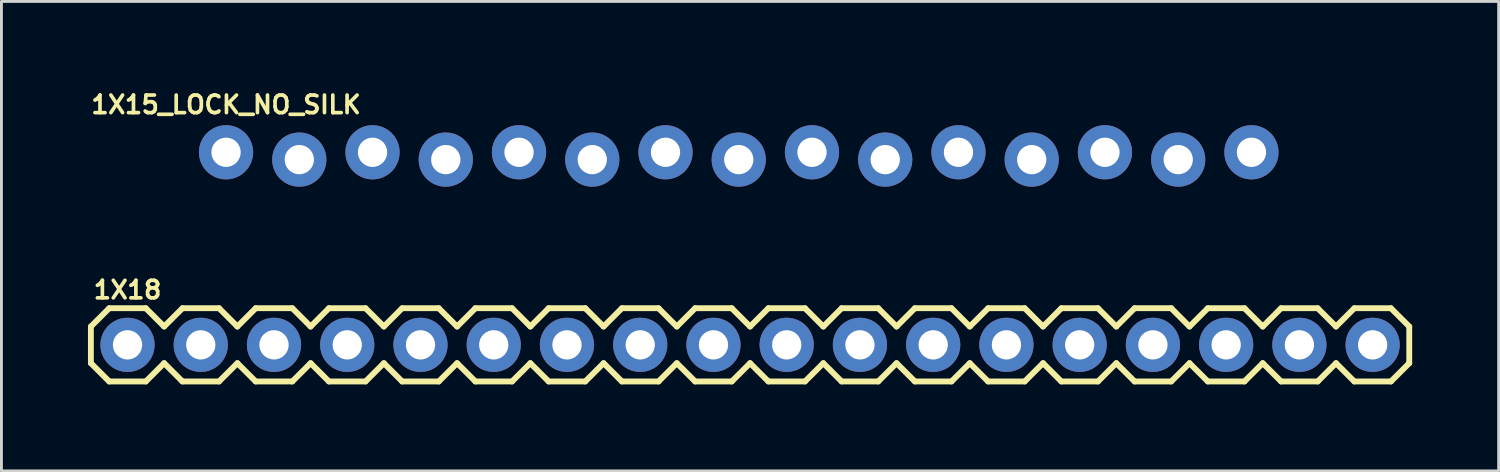
<source format=kicad_pcb>
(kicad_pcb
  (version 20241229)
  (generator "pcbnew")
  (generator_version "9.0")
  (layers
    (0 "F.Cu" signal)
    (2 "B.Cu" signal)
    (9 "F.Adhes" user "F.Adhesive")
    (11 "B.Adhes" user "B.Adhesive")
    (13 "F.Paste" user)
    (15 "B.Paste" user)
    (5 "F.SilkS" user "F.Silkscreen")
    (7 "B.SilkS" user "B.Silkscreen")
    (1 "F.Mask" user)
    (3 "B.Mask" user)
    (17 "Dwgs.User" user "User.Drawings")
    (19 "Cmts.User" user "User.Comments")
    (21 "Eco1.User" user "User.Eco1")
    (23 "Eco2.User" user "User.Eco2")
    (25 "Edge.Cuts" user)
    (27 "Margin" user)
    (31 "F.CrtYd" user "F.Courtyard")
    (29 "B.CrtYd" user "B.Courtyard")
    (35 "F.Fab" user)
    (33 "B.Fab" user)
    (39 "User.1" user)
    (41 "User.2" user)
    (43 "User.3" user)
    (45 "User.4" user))
  (footprint "1X15_LOCK_NO_SILK"
    (layer "F.Cu")
    (at 4.789 2.358)
    (property "Reference" "1X15_LOCK_NO_SILK" (at 0 -1.778 0) (layer "F.SilkS") (effects (font (size 0.61 0.61) (thickness 0.127))))
    (attr exclude_from_pos_files exclude_from_bom)
    (pad "1" thru_hole circle (at 0 -0.127) (size 1.88 1.88) (drill 1.016) (layers "*.Cu" "*.Mask"))
    (pad "2" thru_hole circle (at 2.54 0.127) (size 1.88 1.88) (drill 1.016) (layers "*.Cu" "*.Mask"))
    (pad "3" thru_hole circle (at 5.08 -0.127) (size 1.88 1.88) (drill 1.016) (layers "*.Cu" "*.Mask"))
    (pad "4" thru_hole circle (at 7.62 0.127) (size 1.88 1.88) (drill 1.016) (layers "*.Cu" "*.Mask"))
    (pad "5" thru_hole circle (at 10.16 -0.127) (size 1.88 1.88) (drill 1.016) (layers "*.Cu" "*.Mask"))
    (pad "6" thru_hole circle (at 12.7 0.127) (size 1.88 1.88) (drill 1.016) (layers "*.Cu" "*.Mask"))
    (pad "7" thru_hole circle (at 15.24 -0.127) (size 1.88 1.88) (drill 1.016) (layers "*.Cu" "*.Mask"))
    (pad "8" thru_hole circle (at 17.78 0.127) (size 1.88 1.88) (drill 1.016) (layers "*.Cu" "*.Mask"))
    (pad "9" thru_hole circle (at 20.32 -0.127) (size 1.88 1.88) (drill 1.016) (layers "*.Cu" "*.Mask"))
    (pad "10" thru_hole circle (at 22.86 0.127) (size 1.88 1.88) (drill 1.016) (layers "*.Cu" "*.Mask"))
    (pad "11" thru_hole circle (at 25.4 -0.127) (size 1.88 1.88) (drill 1.016) (layers "*.Cu" "*.Mask"))
    (pad "12" thru_hole circle (at 27.94 0.127) (size 1.88 1.88) (drill 1.016) (layers "*.Cu" "*.Mask"))
    (pad "13" thru_hole circle (at 30.48 -0.127) (size 1.88 1.88) (drill 1.016) (layers "*.Cu" "*.Mask"))
    (pad "14" thru_hole circle (at 33.02 0.127) (size 1.88 1.88) (drill 1.016) (layers "*.Cu" "*.Mask"))
    (pad "15" thru_hole circle (at 35.56 -0.127) (size 1.88 1.88) (drill 1.016) (layers "*.Cu" "*.Mask")))
  (footprint "1X18"
    (layer "F.Cu")
    (at 1.372 8.909)
    (property "Reference" "1X18" (at 0 -1.905 0) (layer "F.SilkS") (effects (font (size 0.61 0.61) (thickness 0.127))))
    (attr exclude_from_pos_files exclude_from_bom)
    (fp_line (start -1.27 -0.635) (end -1.27 0.635) (stroke (width 0.203) (type solid)) (layer "F.SilkS"))
    (fp_line (start -1.27 0.635) (end -0.635 1.27) (stroke (width 0.203) (type solid)) (layer "F.SilkS"))
    (fp_line (start -0.635 -1.27) (end -1.27 -0.635) (stroke (width 0.203) (type solid)) (layer "F.SilkS"))
    (fp_line (start -0.635 -1.27) (end 0.635 -1.27) (stroke (width 0.203) (type solid)) (layer "F.SilkS"))
    (fp_line (start 0.635 -1.27) (end 1.27 -0.635) (stroke (width 0.203) (type solid)) (layer "F.SilkS"))
    (fp_line (start 0.635 1.27) (end -0.635 1.27) (stroke (width 0.203) (type solid)) (layer "F.SilkS"))
    (fp_line (start 1.27 -0.635) (end 1.905 -1.27) (stroke (width 0.203) (type solid)) (layer "F.SilkS"))
    (fp_line (start 1.27 0.635) (end 0.635 1.27) (stroke (width 0.203) (type solid)) (layer "F.SilkS"))
    (fp_line (start 1.905 -1.27) (end 3.175 -1.27) (stroke (width 0.203) (type solid)) (layer "F.SilkS"))
    (fp_line (start 1.905 1.27) (end 1.27 0.635) (stroke (width 0.203) (type solid)) (layer "F.SilkS"))
    (fp_line (start 3.175 -1.27) (end 3.81 -0.635) (stroke (width 0.203) (type solid)) (layer "F.SilkS"))
    (fp_line (start 3.175 1.27) (end 1.905 1.27) (stroke (width 0.203) (type solid)) (layer "F.SilkS"))
    (fp_line (start 3.81 -0.635) (end 4.445 -1.27) (stroke (width 0.203) (type solid)) (layer "F.SilkS"))
    (fp_line (start 3.81 0.635) (end 3.175 1.27) (stroke (width 0.203) (type solid)) (layer "F.SilkS"))
    (fp_line (start 4.445 -1.27) (end 5.715 -1.27) (stroke (width 0.203) (type solid)) (layer "F.SilkS"))
    (fp_line (start 4.445 1.27) (end 3.81 0.635) (stroke (width 0.203) (type solid)) (layer "F.SilkS"))
    (fp_line (start 5.715 -1.27) (end 6.35 -0.635) (stroke (width 0.203) (type solid)) (layer "F.SilkS"))
    (fp_line (start 5.715 1.27) (end 4.445 1.27) (stroke (width 0.203) (type solid)) (layer "F.SilkS"))
    (fp_line (start 6.35 0.635) (end 5.715 1.27) (stroke (width 0.203) (type solid)) (layer "F.SilkS"))
    (fp_line (start 6.35 0.635) (end 6.985 1.27) (stroke (width 0.203) (type solid)) (layer "F.SilkS"))
    (fp_line (start 6.985 -1.27) (end 6.35 -0.635) (stroke (width 0.203) (type solid)) (layer "F.SilkS"))
    (fp_line (start 6.985 -1.27) (end 8.255 -1.27) (stroke (width 0.203) (type solid)) (layer "F.SilkS"))
    (fp_line (start 8.255 -1.27) (end 8.89 -0.635) (stroke (width 0.203) (type solid)) (layer "F.SilkS"))
    (fp_line (start 8.255 1.27) (end 6.985 1.27) (stroke (width 0.203) (type solid)) (layer "F.SilkS"))
    (fp_line (start 8.89 -0.635) (end 9.525 -1.27) (stroke (width 0.203) (type solid)) (layer "F.SilkS"))
    (fp_line (start 8.89 0.635) (end 8.255 1.27) (stroke (width 0.203) (type solid)) (layer "F.SilkS"))
    (fp_line (start 9.525 -1.27) (end 10.795 -1.27) (stroke (width 0.203) (type solid)) (layer "F.SilkS"))
    (fp_line (start 9.525 1.27) (end 8.89 0.635) (stroke (width 0.203) (type solid)) (layer "F.SilkS"))
    (fp_line (start 10.795 -1.27) (end 11.43 -0.635) (stroke (width 0.203) (type solid)) (layer "F.SilkS"))
    (fp_line (start 10.795 1.27) (end 9.525 1.27) (stroke (width 0.203) (type solid)) (layer "F.SilkS"))
    (fp_line (start 11.43 -0.635) (end 12.065 -1.27) (stroke (width 0.203) (type solid)) (layer "F.SilkS"))
    (fp_line (start 11.43 0.635) (end 10.795 1.27) (stroke (width 0.203) (type solid)) (layer "F.SilkS"))
    (fp_line (start 12.065 -1.27) (end 13.335 -1.27) (stroke (width 0.203) (type solid)) (layer "F.SilkS"))
    (fp_line (start 12.065 1.27) (end 11.43 0.635) (stroke (width 0.203) (type solid)) (layer "F.SilkS"))
    (fp_line (start 13.335 -1.27) (end 13.97 -0.635) (stroke (width 0.203) (type solid)) (layer "F.SilkS"))
    (fp_line (start 13.335 1.27) (end 12.065 1.27) (stroke (width 0.203) (type solid)) (layer "F.SilkS"))
    (fp_line (start 13.97 0.635) (end 13.335 1.27) (stroke (width 0.203) (type solid)) (layer "F.SilkS"))
    (fp_line (start 13.97 0.635) (end 14.605 1.27) (stroke (width 0.203) (type solid)) (layer "F.SilkS"))
    (fp_line (start 14.605 -1.27) (end 13.97 -0.635) (stroke (width 0.203) (type solid)) (layer "F.SilkS"))
    (fp_line (start 14.605 -1.27) (end 15.875 -1.27) (stroke (width 0.203) (type solid)) (layer "F.SilkS"))
    (fp_line (start 15.875 -1.27) (end 16.51 -0.635) (stroke (width 0.203) (type solid)) (layer "F.SilkS"))
    (fp_line (start 15.875 1.27) (end 14.605 1.27) (stroke (width 0.203) (type solid)) (layer "F.SilkS"))
    (fp_line (start 16.51 0.635) (end 15.875 1.27) (stroke (width 0.203) (type solid)) (layer "F.SilkS"))
    (fp_line (start 16.51 0.635) (end 17.145 1.27) (stroke (width 0.203) (type solid)) (layer "F.SilkS"))
    (fp_line (start 17.145 -1.27) (end 16.51 -0.635) (stroke (width 0.203) (type solid)) (layer "F.SilkS"))
    (fp_line (start 17.145 -1.27) (end 18.415 -1.27) (stroke (width 0.203) (type solid)) (layer "F.SilkS"))
    (fp_line (start 18.415 -1.27) (end 19.05 -0.635) (stroke (width 0.203) (type solid)) (layer "F.SilkS"))
    (fp_line (start 18.415 1.27) (end 17.145 1.27) (stroke (width 0.203) (type solid)) (layer "F.SilkS"))
    (fp_line (start 19.05 -0.635) (end 19.685 -1.27) (stroke (width 0.203) (type solid)) (layer "F.SilkS"))
    (fp_line (start 19.05 0.635) (end 18.415 1.27) (stroke (width 0.203) (type solid)) (layer "F.SilkS"))
    (fp_line (start 19.685 -1.27) (end 20.955 -1.27) (stroke (width 0.203) (type solid)) (layer "F.SilkS"))
    (fp_line (start 19.685 1.27) (end 19.05 0.635) (stroke (width 0.203) (type solid)) (layer "F.SilkS"))
    (fp_line (start 20.955 -1.27) (end 21.59 -0.635) (stroke (width 0.203) (type solid)) (layer "F.SilkS"))
    (fp_line (start 20.955 1.27) (end 19.685 1.27) (stroke (width 0.203) (type solid)) (layer "F.SilkS"))
    (fp_line (start 21.59 -0.635) (end 22.225 -1.27) (stroke (width 0.203) (type solid)) (layer "F.SilkS"))
    (fp_line (start 21.59 0.635) (end 20.955 1.27) (stroke (width 0.203) (type solid)) (layer "F.SilkS"))
    (fp_line (start 22.225 -1.27) (end 23.495 -1.27) (stroke (width 0.203) (type solid)) (layer "F.SilkS"))
    (fp_line (start 22.225 1.27) (end 21.59 0.635) (stroke (width 0.203) (type solid)) (layer "F.SilkS"))
    (fp_line (start 23.495 -1.27) (end 24.13 -0.635) (stroke (width 0.203) (type solid)) (layer "F.SilkS"))
    (fp_line (start 23.495 1.27) (end 22.225 1.27) (stroke (width 0.203) (type solid)) (layer "F.SilkS"))
    (fp_line (start 24.13 0.635) (end 23.495 1.27) (stroke (width 0.203) (type solid)) (layer "F.SilkS"))
    (fp_line (start 24.13 0.635) (end 24.765 1.27) (stroke (width 0.203) (type solid)) (layer "F.SilkS"))
    (fp_line (start 24.765 -1.27) (end 24.13 -0.635) (stroke (width 0.203) (type solid)) (layer "F.SilkS"))
    (fp_line (start 24.765 -1.27) (end 26.035 -1.27) (stroke (width 0.203) (type solid)) (layer "F.SilkS"))
    (fp_line (start 26.035 -1.27) (end 26.67 -0.635) (stroke (width 0.203) (type solid)) (layer "F.SilkS"))
    (fp_line (start 26.035 1.27) (end 24.765 1.27) (stroke (width 0.203) (type solid)) (layer "F.SilkS"))
    (fp_line (start 26.67 -0.635) (end 27.305 -1.27) (stroke (width 0.203) (type solid)) (layer "F.SilkS"))
    (fp_line (start 26.67 0.635) (end 26.035 1.27) (stroke (width 0.203) (type solid)) (layer "F.SilkS"))
    (fp_line (start 27.305 -1.27) (end 28.575 -1.27) (stroke (width 0.203) (type solid)) (layer "F.SilkS"))
    (fp_line (start 27.305 1.27) (end 26.67 0.635) (stroke (width 0.203) (type solid)) (layer "F.SilkS"))
    (fp_line (start 28.575 -1.27) (end 29.21 -0.635) (stroke (width 0.203) (type solid)) (layer "F.SilkS"))
    (fp_line (start 28.575 1.27) (end 27.305 1.27) (stroke (width 0.203) (type solid)) (layer "F.SilkS"))
    (fp_line (start 29.21 -0.635) (end 29.845 -1.27) (stroke (width 0.203) (type solid)) (layer "F.SilkS"))
    (fp_line (start 29.21 0.635) (end 28.575 1.27) (stroke (width 0.203) (type solid)) (layer "F.SilkS"))
    (fp_line (start 29.845 -1.27) (end 31.115 -1.27) (stroke (width 0.203) (type solid)) (layer "F.SilkS"))
    (fp_line (start 29.845 1.27) (end 29.21 0.635) (stroke (width 0.203) (type solid)) (layer "F.SilkS"))
    (fp_line (start 31.115 -1.27) (end 31.75 -0.635) (stroke (width 0.203) (type solid)) (layer "F.SilkS"))
    (fp_line (start 31.115 1.27) (end 29.845 1.27) (stroke (width 0.203) (type solid)) (layer "F.SilkS"))
    (fp_line (start 31.75 0.635) (end 31.115 1.27) (stroke (width 0.203) (type solid)) (layer "F.SilkS"))
    (fp_line (start 31.75 0.635) (end 32.385 1.27) (stroke (width 0.203) (type solid)) (layer "F.SilkS"))
    (fp_line (start 32.385 -1.27) (end 31.75 -0.635) (stroke (width 0.203) (type solid)) (layer "F.SilkS"))
    (fp_line (start 32.385 -1.27) (end 33.655 -1.27) (stroke (width 0.203) (type solid)) (layer "F.SilkS"))
    (fp_line (start 33.655 -1.27) (end 34.29 -0.635) (stroke (width 0.203) (type solid)) (layer "F.SilkS"))
    (fp_line (start 33.655 1.27) (end 32.385 1.27) (stroke (width 0.203) (type solid)) (layer "F.SilkS"))
    (fp_line (start 34.29 0.635) (end 33.655 1.27) (stroke (width 0.203) (type solid)) (layer "F.SilkS"))
    (fp_line (start 34.29 0.635) (end 34.925 1.27) (stroke (width 0.203) (type solid)) (layer "F.SilkS"))
    (fp_line (start 34.925 -1.27) (end 34.29 -0.635) (stroke (width 0.203) (type solid)) (layer "F.SilkS"))
    (fp_line (start 34.925 -1.27) (end 36.195 -1.27) (stroke (width 0.203) (type solid)) (layer "F.SilkS"))
    (fp_line (start 36.195 -1.27) (end 36.83 -0.635) (stroke (width 0.203) (type solid)) (layer "F.SilkS"))
    (fp_line (start 36.195 1.27) (end 34.925 1.27) (stroke (width 0.203) (type solid)) (layer "F.SilkS"))
    (fp_line (start 36.83 0.635) (end 36.195 1.27) (stroke (width 0.203) (type solid)) (layer "F.SilkS"))
    (fp_line (start 36.83 0.635) (end 37.465 1.27) (stroke (width 0.203) (type solid)) (layer "F.SilkS"))
    (fp_line (start 37.465 -1.27) (end 36.83 -0.635) (stroke (width 0.203) (type solid)) (layer "F.SilkS"))
    (fp_line (start 37.465 -1.27) (end 38.735 -1.27) (stroke (width 0.203) (type solid)) (layer "F.SilkS"))
    (fp_line (start 38.735 -1.27) (end 39.37 -0.635) (stroke (width 0.203) (type solid)) (layer "F.SilkS"))
    (fp_line (start 38.735 1.27) (end 37.465 1.27) (stroke (width 0.203) (type solid)) (layer "F.SilkS"))
    (fp_line (start 39.37 0.635) (end 38.735 1.27) (stroke (width 0.203) (type solid)) (layer "F.SilkS"))
    (fp_line (start 39.37 0.635) (end 40.005 1.27) (stroke (width 0.203) (type solid)) (layer "F.SilkS"))
    (fp_line (start 40.005 -1.27) (end 39.37 -0.635) (stroke (width 0.203) (type solid)) (layer "F.SilkS"))
    (fp_line (start 40.005 -1.27) (end 41.275 -1.27) (stroke (width 0.203) (type solid)) (layer "F.SilkS"))
    (fp_line (start 41.275 -1.27) (end 41.91 -0.635) (stroke (width 0.203) (type solid)) (layer "F.SilkS"))
    (fp_line (start 41.275 1.27) (end 40.005 1.27) (stroke (width 0.203) (type solid)) (layer "F.SilkS"))
    (fp_line (start 41.91 0.635) (end 41.275 1.27) (stroke (width 0.203) (type solid)) (layer "F.SilkS"))
    (fp_line (start 41.91 0.635) (end 42.545 1.27) (stroke (width 0.203) (type solid)) (layer "F.SilkS"))
    (fp_line (start 42.545 -1.27) (end 41.91 -0.635) (stroke (width 0.203) (type solid)) (layer "F.SilkS"))
    (fp_line (start 42.545 -1.27) (end 43.815 -1.27) (stroke (width 0.203) (type solid)) (layer "F.SilkS"))
    (fp_line (start 43.815 -1.27) (end 44.45 -0.635) (stroke (width 0.203) (type solid)) (layer "F.SilkS"))
    (fp_line (start 43.815 1.27) (end 42.545 1.27) (stroke (width 0.203) (type solid)) (layer "F.SilkS"))
    (fp_line (start 44.45 -0.635) (end 44.45 0.635) (stroke (width 0.203) (type solid)) (layer "F.SilkS"))
    (fp_line (start 44.45 0.635) (end 43.815 1.27) (stroke (width 0.203) (type solid)) (layer "F.SilkS"))
    (pad "1" thru_hole circle (at 0 0) (size 1.88 1.88) (drill 1.016) (layers "*.Cu" "*.Mask"))
    (pad "2" thru_hole circle (at 2.54 0) (size 1.88 1.88) (drill 1.016) (layers "*.Cu" "*.Mask"))
    (pad "3" thru_hole circle (at 5.08 0) (size 1.88 1.88) (drill 1.016) (layers "*.Cu" "*.Mask"))
    (pad "4" thru_hole circle (at 7.62 0) (size 1.88 1.88) (drill 1.016) (layers "*.Cu" "*.Mask"))
    (pad "5" thru_hole circle (at 10.16 0) (size 1.88 1.88) (drill 1.016) (layers "*.Cu" "*.Mask"))
    (pad "6" thru_hole circle (at 12.7 0) (size 1.88 1.88) (drill 1.016) (layers "*.Cu" "*.Mask"))
    (pad "7" thru_hole circle (at 15.24 0) (size 1.88 1.88) (drill 1.016) (layers "*.Cu" "*.Mask"))
    (pad "8" thru_hole circle (at 17.78 0) (size 1.88 1.88) (drill 1.016) (layers "*.Cu" "*.Mask"))
    (pad "9" thru_hole circle (at 20.32 0) (size 1.88 1.88) (drill 1.016) (layers "*.Cu" "*.Mask"))
    (pad "10" thru_hole circle (at 22.86 0) (size 1.88 1.88) (drill 1.016) (layers "*.Cu" "*.Mask"))
    (pad "11" thru_hole circle (at 25.4 0) (size 1.88 1.88) (drill 1.016) (layers "*.Cu" "*.Mask"))
    (pad "12" thru_hole circle (at 27.94 0) (size 1.88 1.88) (drill 1.016) (layers "*.Cu" "*.Mask"))
    (pad "13" thru_hole circle (at 30.48 0) (size 1.88 1.88) (drill 1.016) (layers "*.Cu" "*.Mask"))
    (pad "14" thru_hole circle (at 33.02 0) (size 1.88 1.88) (drill 1.016) (layers "*.Cu" "*.Mask"))
    (pad "15" thru_hole circle (at 35.56 0) (size 1.88 1.88) (drill 1.016) (layers "*.Cu" "*.Mask"))
    (pad "16" thru_hole circle (at 38.1 0) (size 1.88 1.88) (drill 1.016) (layers "*.Cu" "*.Mask"))
    (pad "17" thru_hole circle (at 40.64 0) (size 1.88 1.88) (drill 1.016) (layers "*.Cu" "*.Mask"))
    (pad "18" thru_hole circle (at 43.18 0) (size 1.88 1.88) (drill 1.016) (layers "*.Cu" "*.Mask")))
  (gr_rect
    (start -3 -3)
    (end 48.923 13.28)
    (stroke (width 0.1) (type default))
    (fill no)
    (layer "Edge.Cuts")))
</source>
